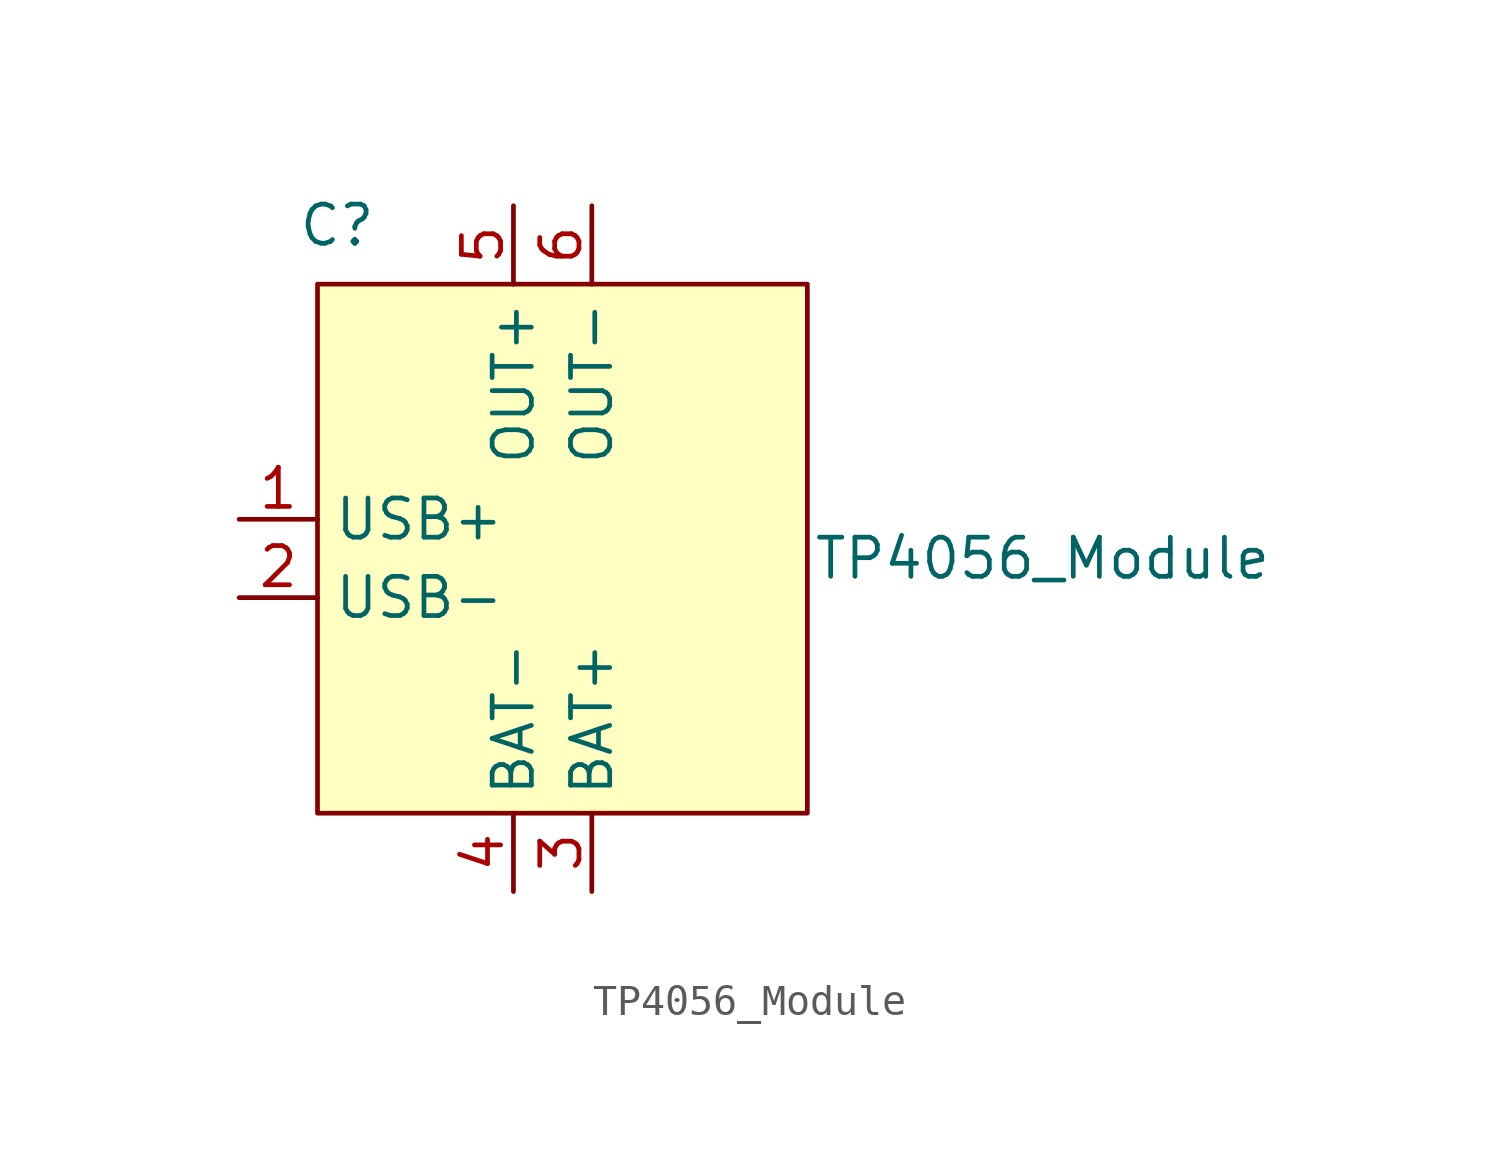
<source format=kicad_sym>
(kicad_symbol_lib
  (version 20211014)
  (generator kicad_symbol_editor)
  (symbol "TP4056_Module"
    (property "Reference" "C"
      (at -6.35 9.525 0)
      (effects (font (size 1.27 1.27))))
    (property "Value" "TP4056_Module"
      (at 16.51 -1.27 0)
      (effects (font (size 1.27 1.27))))
    (symbol "TP4056_Module_0_1"
      (rectangle (start -6.985 7.62) (end 8.89 -9.525) (stroke (width 0.152) (type default) (color 0 0 0 0)) (fill (type background))))
    (symbol "TP4056_Module_1_1"
      (pin input line (at -9.525 0 0) (length 2.54) (name "USB+" (effects (font (size 1.27 1.27)))) (number "1" (effects (font (size 1.27 1.27)))))
      (pin input line (at -9.525 -2.54 0) (length 2.54) (name "USB-" (effects (font (size 1.27 1.27)))) (number "2" (effects (font (size 1.27 1.27)))))
      (pin input line (at 1.905 -12.065 90) (length 2.54) (name "BAT+" (effects (font (size 1.27 1.27)))) (number "3" (effects (font (size 1.27 1.27)))))
      (pin input line (at -0.635 -12.065 90) (length 2.54) (name "BAT-" (effects (font (size 1.27 1.27)))) (number "4" (effects (font (size 1.27 1.27)))))
      (pin input line (at -0.635 10.16 270) (length 2.54) (name "OUT+" (effects (font (size 1.27 1.27)))) (number "5" (effects (font (size 1.27 1.27)))))
      (pin input line (at 1.905 10.16 270) (length 2.54) (name "OUT-" (effects (font (size 1.27 1.27)))) (number "6" (effects (font (size 1.27 1.27))))))))
</source>
